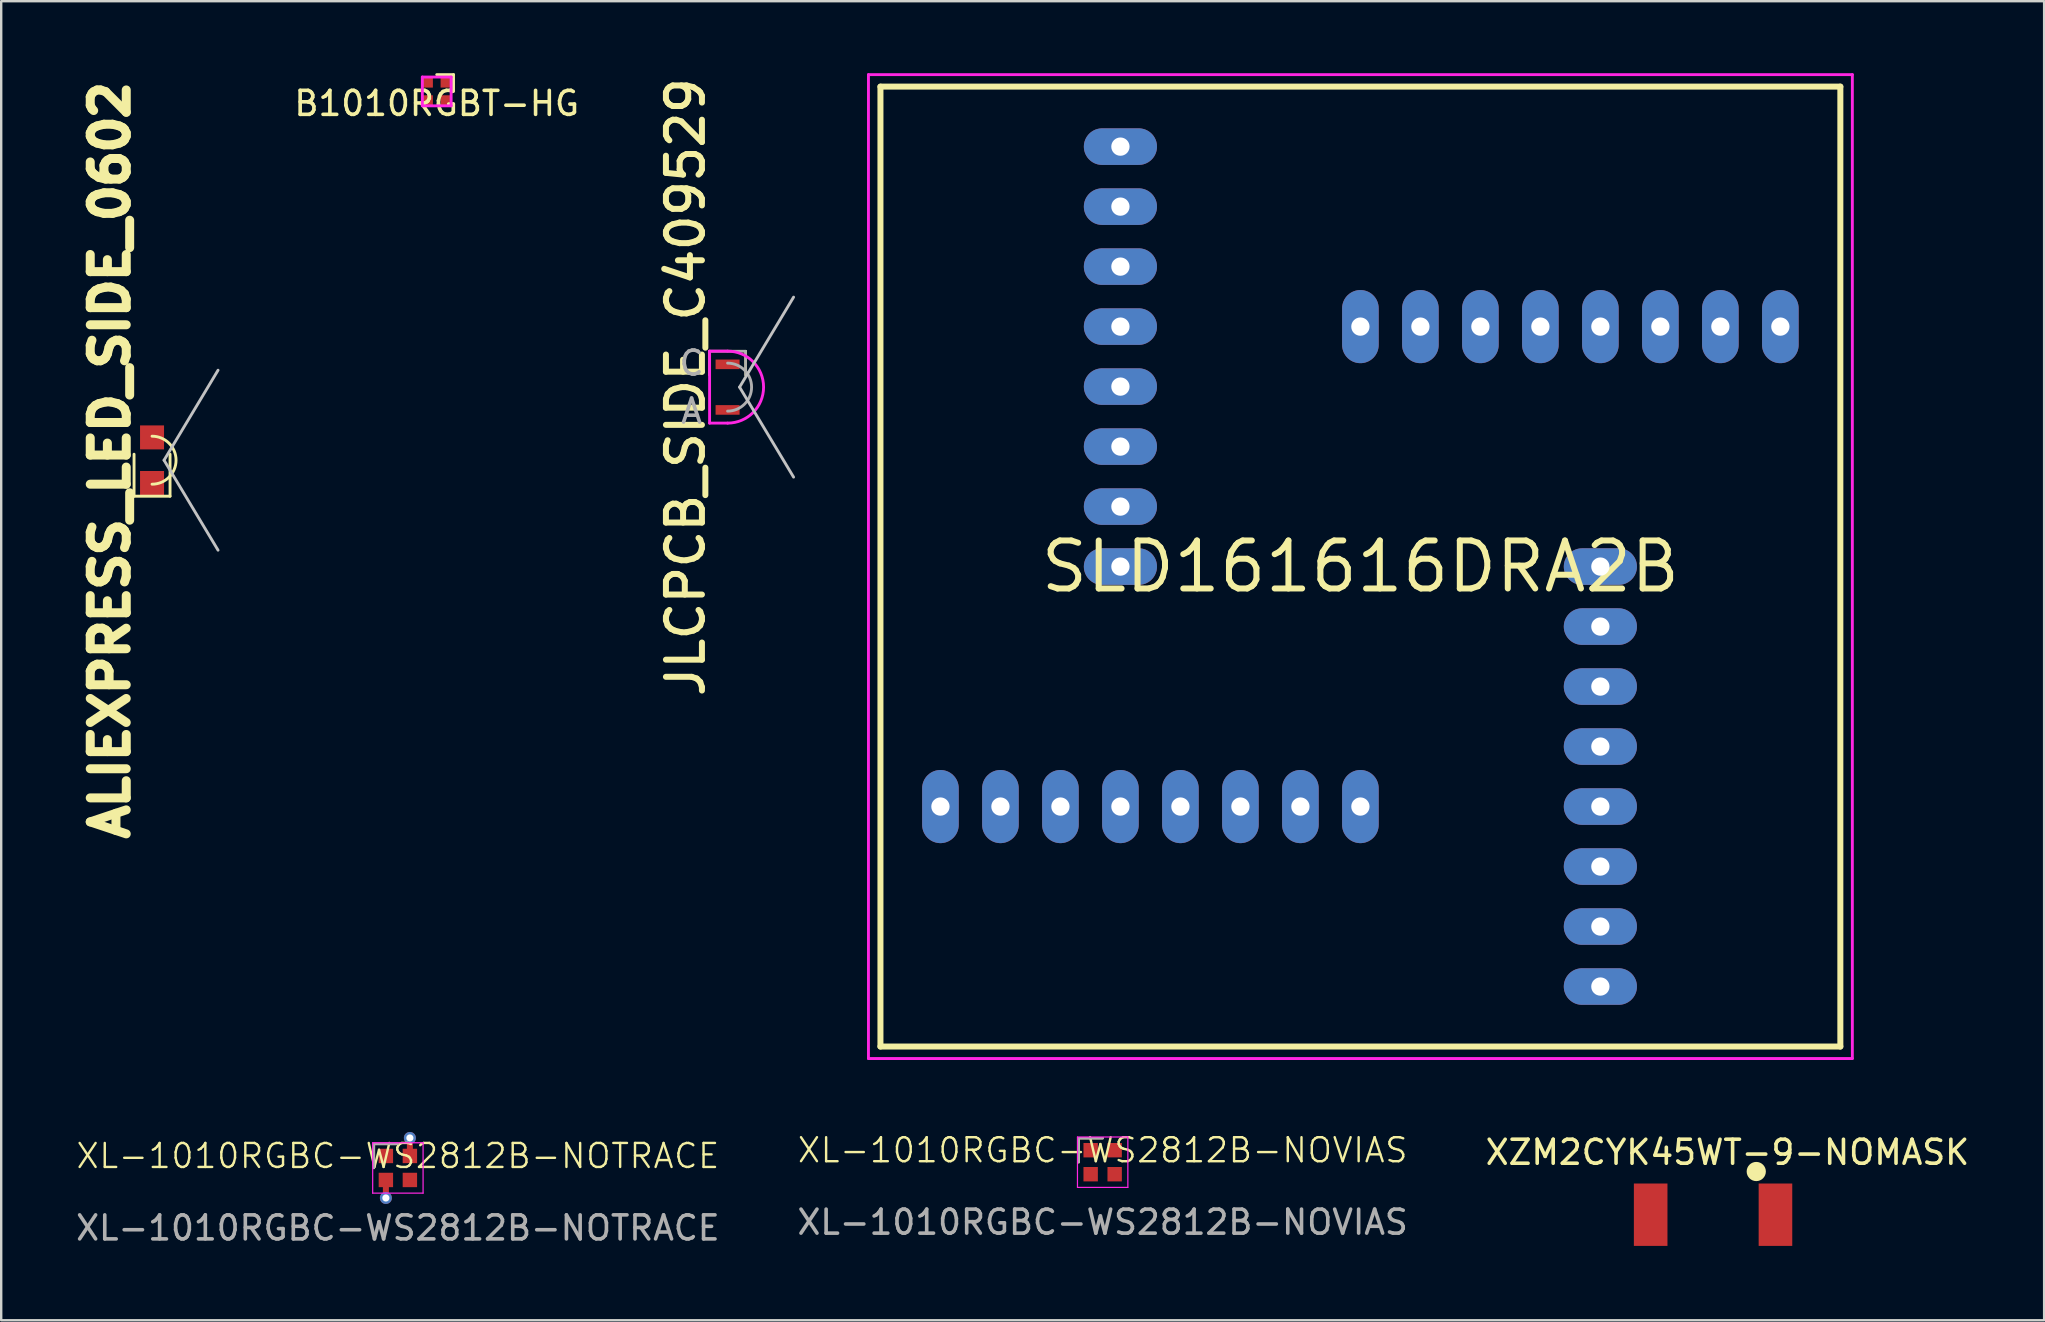
<source format=kicad_pcb>
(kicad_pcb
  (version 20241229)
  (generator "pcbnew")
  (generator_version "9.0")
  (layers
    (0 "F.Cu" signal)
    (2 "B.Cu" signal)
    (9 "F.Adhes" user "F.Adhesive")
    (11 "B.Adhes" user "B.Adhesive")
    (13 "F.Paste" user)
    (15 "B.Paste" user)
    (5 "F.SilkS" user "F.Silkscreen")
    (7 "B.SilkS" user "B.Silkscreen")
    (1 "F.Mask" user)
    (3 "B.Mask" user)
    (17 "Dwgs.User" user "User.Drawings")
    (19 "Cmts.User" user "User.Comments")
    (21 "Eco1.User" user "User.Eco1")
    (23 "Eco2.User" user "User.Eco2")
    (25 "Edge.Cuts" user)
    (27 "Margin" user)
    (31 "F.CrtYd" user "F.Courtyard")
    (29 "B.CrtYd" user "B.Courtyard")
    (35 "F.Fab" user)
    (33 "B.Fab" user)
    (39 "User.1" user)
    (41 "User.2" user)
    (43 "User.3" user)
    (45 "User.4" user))
  (footprint "B1010RGBT-HG"
    (layer "F.Cu")
    (at 15.149 0.76)
    (property "Reference" "B1010RGBT-HG" (at 0 0.5 0) (layer "F.SilkS") (effects (font (size 1 1) (thickness 0.15))))
    (attr smd)
    (fp_line (start 0.7 -0.7) (end 0 -0.7) (stroke (width 0.12) (type solid)) (layer "F.SilkS"))
    (fp_line (start 0.7 -0.7) (end 0.7 0) (stroke (width 0.12) (type solid)) (layer "F.SilkS"))
    (fp_line (start -0.6 -0.6) (end 0.6 -0.6) (stroke (width 0.12) (type solid)) (layer "F.CrtYd"))
    (fp_line (start -0.6 0.6) (end -0.6 -0.6) (stroke (width 0.12) (type solid)) (layer "F.CrtYd"))
    (fp_line (start 0.6 -0.6) (end 0.6 0.6) (stroke (width 0.12) (type solid)) (layer "F.CrtYd"))
    (fp_line (start 0.6 0.6) (end -0.6 0.6) (stroke (width 0.12) (type solid)) (layer "F.CrtYd"))
    (pad "1" smd rect (at 0.385 -0.385) (size 0.45 0.45) (layers "F.Cu" "F.Mask" "F.Paste"))
    (pad "2" smd rect (at 0.385 0.385) (size 0.45 0.45) (layers "F.Cu" "F.Mask" "F.Paste"))
    (pad "3" smd rect (at -0.385 0.385) (size 0.45 0.45) (layers "F.Cu" "F.Mask" "F.Paste"))
    (pad "4" smd rect (at -0.385 -0.385) (size 0.45 0.45) (layers "F.Cu" "F.Mask" "F.Paste")))
  (footprint "XL-1010RGBC-WS2812B-NOVIAS"
    (layer "F.Cu")
    (at 42.899 45.38)
    (property "Reference" "XL-1010RGBC-WS2812B-NOVIAS" (at 0 -0.5 0) (unlocked yes) (layer "F.SilkS") (effects (font (size 1 1) (thickness 0.1))))
    (attr smd)
    (fp_line (start -1 -1) (end -1 0) (stroke (width 0.1) (type default)) (layer "F.SilkS"))
    (fp_line (start 0 -1) (end -1 -1) (stroke (width 0.1) (type default)) (layer "F.SilkS"))
    (fp_line (start -1.05 -1.05) (end -1.05 1.05) (stroke (width 0.05) (type default)) (layer "F.CrtYd"))
    (fp_line (start -1.05 -1.05) (end 1.05 -1.05) (stroke (width 0.05) (type default)) (layer "F.CrtYd"))
    (fp_line (start -1.05 1.05) (end 1.05 1.05) (stroke (width 0.05) (type default)) (layer "F.CrtYd"))
    (fp_line (start 1.05 1.05) (end 1.05 -1.05) (stroke (width 0.05) (type default)) (layer "F.CrtYd"))
    (fp_line (start -1 -1) (end -1 0) (stroke (width 0.1) (type default)) (layer "F.Fab"))
    (fp_line (start 0 -1) (end -1 -1) (stroke (width 0.1) (type default)) (layer "F.Fab"))
    (fp_text user "${REFERENCE}" (at 0 2.5 0) (unlocked yes) (layer "F.Fab") (effects (font (size 1 1) (thickness 0.15))))
    (pad "1" smd rect (at -0.5 -0.5) (size 0.6 0.6) (layers "F.Cu" "F.Mask" "F.Paste"))
    (pad "2" smd rect (at 0.5 -0.5) (size 0.6 0.6) (layers "F.Cu" "F.Mask" "F.Paste"))
    (pad "3" smd rect (at -0.5 0.5) (size 0.6 0.6) (layers "F.Cu" "F.Mask" "F.Paste"))
    (pad "4" smd rect (at 0.5 0.5) (size 0.6 0.6) (layers "F.Cu" "F.Mask" "F.Paste")))
  (footprint "XZM2CYK45WT-9-NOMASK"
    (layer "F.Cu")
    (at 68.335 47.568)
    (property "Reference" "XZM2CYK45WT-9-NOMASK" (at 0.6 -2.6 0) (layer "F.SilkS") (effects (font (size 1 1) (thickness 0.15))))
    (attr through_hole)
    (fp_circle (center 1.8 -1.8) (end 2 -1.8) (stroke (width 0.4) (type solid)) (fill no) (layer "F.SilkS"))
    (pad "1" smd rect (at -2.6 0 90) (size 2.6 1.4) (layers "F.Cu" "F.Mask" "F.Paste"))
    (pad "2" smd rect (at 2.6 0 90) (size 2.6 1.4) (layers "F.Cu" "F.Mask" "F.Paste")))
  (footprint "XL-1010RGBC-WS2812B-NOTRACE"
    (layer "F.Cu")
    (at 13.53 45.62)
    (property "Reference" "XL-1010RGBC-WS2812B-NOTRACE" (at 0 -0.5 0) (unlocked yes) (layer "F.SilkS") (effects (font (size 1 1) (thickness 0.1))))
    (attr smd)
    (fp_line (start -1 -1) (end -1 0) (stroke (width 0.1) (type default)) (layer "F.SilkS"))
    (fp_line (start 0 -1) (end -1 -1) (stroke (width 0.1) (type default)) (layer "F.SilkS"))
    (fp_line (start -1.05 -1.05) (end -1.05 1.05) (stroke (width 0.05) (type default)) (layer "F.CrtYd"))
    (fp_line (start -1.05 -1.05) (end 1.05 -1.05) (stroke (width 0.05) (type default)) (layer "F.CrtYd"))
    (fp_line (start -1.05 1.05) (end 1.05 1.05) (stroke (width 0.05) (type default)) (layer "F.CrtYd"))
    (fp_line (start 1.05 1.05) (end 1.05 -1.05) (stroke (width 0.05) (type default)) (layer "F.CrtYd"))
    (fp_line (start -1 -1) (end -1 0) (stroke (width 0.1) (type default)) (layer "F.Fab"))
    (fp_line (start 0 -1) (end -1 -1) (stroke (width 0.1) (type default)) (layer "F.Fab"))
    (fp_text user "${REFERENCE}" (at 0 2.5 0) (unlocked yes) (layer "F.Fab") (effects (font (size 1 1) (thickness 0.15))))
    (pad "1" smd rect (at -0.5 -0.5) (size 0.6 0.6) (layers "F.Cu" "F.Mask" "F.Paste"))
    (pad "2" thru_hole circle (at 0.5 -1.25) (size 0.5 0.5) (drill 0.3) (layers "*.Cu" "*.Mask"))
    (pad "2" smd rect (at 0.5 -0.8) (size 0.25 1) (layers "F.Cu"))
    (pad "2" smd rect (at 0.5 -0.5) (size 0.6 0.6) (layers "F.Cu" "F.Mask" "F.Paste"))
    (pad "3" smd rect (at -0.5 0.5) (size 0.6 0.6) (layers "F.Cu" "F.Mask" "F.Paste"))
    (pad "3" smd rect (at -0.5 0.8) (size 0.25 1) (layers "F.Cu"))
    (pad "3" thru_hole circle (at -0.5 1.25) (size 0.5 0.5) (drill 0.3) (layers "*.Cu" "*.Mask"))
    (pad "4" smd rect (at 0.5 0.5) (size 0.6 0.6) (layers "F.Cu" "F.Mask" "F.Paste")))
  (footprint "SLD161616DRA2B"
    (layer "F.Cu")
    (at 53.639 20.56)
    (property "Reference" "SLD161616DRA2B" (at 0 0 0) (layer "F.SilkS") (effects (font (size 2 2) (thickness 0.25))))
    (attr through_hole)
    (fp_line (start -20 -20) (end -20 20) (stroke (width 0.25) (type solid)) (layer "F.SilkS"))
    (fp_line (start -20 20) (end 20 20) (stroke (width 0.25) (type solid)) (layer "F.SilkS"))
    (fp_line (start 20 -20) (end -20 -20) (stroke (width 0.25) (type solid)) (layer "F.SilkS"))
    (fp_line (start 20 20) (end 20 -20) (stroke (width 0.25) (type solid)) (layer "F.SilkS"))
    (fp_line (start -20.5 -20.5) (end -20.5 20.5) (stroke (width 0.12) (type solid)) (layer "F.CrtYd"))
    (fp_line (start -20.5 20.5) (end 20.5 20.5) (stroke (width 0.12) (type solid)) (layer "F.CrtYd"))
    (fp_line (start 20.5 -20.5) (end -20.5 -20.5) (stroke (width 0.12) (type solid)) (layer "F.CrtYd"))
    (fp_line (start 20.5 20.5) (end 20.5 -20.5) (stroke (width 0.12) (type solid)) (layer "F.CrtYd"))
    (pad "1" thru_hole oval (at -17.5 10 180) (size 1.524 3.048) (drill 0.762) (layers "*.Cu" "*.Mask"))
    (pad "2" thru_hole oval (at -15 10 180) (size 1.524 3.048) (drill 0.762) (layers "*.Cu" "*.Mask"))
    (pad "3" thru_hole oval (at -12.5 10 180) (size 1.524 3.048) (drill 0.762) (layers "*.Cu" "*.Mask"))
    (pad "4" thru_hole oval (at -10 10 180) (size 1.524 3.048) (drill 0.762) (layers "*.Cu" "*.Mask"))
    (pad "5" thru_hole oval (at -7.5 10 180) (size 1.524 3.048) (drill 0.762) (layers "*.Cu" "*.Mask"))
    (pad "6" thru_hole oval (at -5 10 180) (size 1.524 3.048) (drill 0.762) (layers "*.Cu" "*.Mask"))
    (pad "7" thru_hole oval (at -2.5 10 180) (size 1.524 3.048) (drill 0.762) (layers "*.Cu" "*.Mask"))
    (pad "8" thru_hole oval (at 0 10 180) (size 1.524 3.048) (drill 0.762) (layers "*.Cu" "*.Mask"))
    (pad "9" thru_hole oval (at 10 17.5 90) (size 1.524 3.048) (drill 0.762) (layers "*.Cu" "*.Mask"))
    (pad "10" thru_hole oval (at 10 15 90) (size 1.524 3.048) (drill 0.762) (layers "*.Cu" "*.Mask"))
    (pad "11" thru_hole oval (at 10 12.5 90) (size 1.524 3.048) (drill 0.762) (layers "*.Cu" "*.Mask"))
    (pad "12" thru_hole oval (at 10 10 90) (size 1.524 3.048) (drill 0.762) (layers "*.Cu" "*.Mask"))
    (pad "13" thru_hole oval (at 10 7.5 90) (size 1.524 3.048) (drill 0.762) (layers "*.Cu" "*.Mask"))
    (pad "14" thru_hole oval (at 10 5 90) (size 1.524 3.048) (drill 0.762) (layers "*.Cu" "*.Mask"))
    (pad "15" thru_hole oval (at 10 2.5 90) (size 1.524 3.048) (drill 0.762) (layers "*.Cu" "*.Mask"))
    (pad "16" thru_hole oval (at 10 0 90) (size 1.524 3.048) (drill 0.762) (layers "*.Cu" "*.Mask"))
    (pad "17" thru_hole oval (at 17.5 -10 180) (size 1.524 3.048) (drill 0.762) (layers "*.Cu" "*.Mask"))
    (pad "18" thru_hole oval (at 15 -10 180) (size 1.524 3.048) (drill 0.762) (layers "*.Cu" "*.Mask"))
    (pad "19" thru_hole oval (at 12.5 -10 180) (size 1.524 3.048) (drill 0.762) (layers "*.Cu" "*.Mask"))
    (pad "20" thru_hole oval (at 10 -10 180) (size 1.524 3.048) (drill 0.762) (layers "*.Cu" "*.Mask"))
    (pad "21" thru_hole oval (at 7.5 -10 180) (size 1.524 3.048) (drill 0.762) (layers "*.Cu" "*.Mask"))
    (pad "22" thru_hole oval (at 5 -10 180) (size 1.524 3.048) (drill 0.762) (layers "*.Cu" "*.Mask"))
    (pad "23" thru_hole oval (at 2.5 -10 180) (size 1.524 3.048) (drill 0.762) (layers "*.Cu" "*.Mask"))
    (pad "24" thru_hole oval (at 0 -10 180) (size 1.524 3.048) (drill 0.762) (layers "*.Cu" "*.Mask"))
    (pad "25" thru_hole oval (at -10 -17.5 90) (size 1.524 3.048) (drill 0.762) (layers "*.Cu" "*.Mask"))
    (pad "26" thru_hole oval (at -10 -15 90) (size 1.524 3.048) (drill 0.762) (layers "*.Cu" "*.Mask"))
    (pad "27" thru_hole oval (at -10 -12.5 90) (size 1.524 3.048) (drill 0.762) (layers "*.Cu" "*.Mask"))
    (pad "28" thru_hole oval (at -10 -10 90) (size 1.524 3.048) (drill 0.762) (layers "*.Cu" "*.Mask"))
    (pad "29" thru_hole oval (at -10 -7.5 90) (size 1.524 3.048) (drill 0.762) (layers "*.Cu" "*.Mask"))
    (pad "30" thru_hole oval (at -10 -5 90) (size 1.524 3.048) (drill 0.762) (layers "*.Cu" "*.Mask"))
    (pad "31" thru_hole oval (at -10 -2.5 90) (size 1.524 3.048) (drill 0.762) (layers "*.Cu" "*.Mask"))
    (pad "32" thru_hole oval (at -10 0 90) (size 1.524 3.048) (drill 0.762) (layers "*.Cu" "*.Mask")))
  (footprint "ALIEXPRESS_LED_SIDE_0602"
    (layer "F.Cu")
    (at 3.286 16.127)
    (property "Reference" "ALIEXPRESS_LED_SIDE_0602" (at -1.75 0 90) (layer "F.SilkS") (effects (font (size 1.5 1.5) (thickness 0.375))))
    (attr through_hole)
    (fp_line (start -0.75 1.5) (end -0.75 -0.25) (stroke (width 0.12) (type solid)) (layer "F.SilkS"))
    (fp_line (start -0.75 1.5) (end 0.75 1.5) (stroke (width 0.12) (type solid)) (layer "F.SilkS"))
    (fp_line (start 0.75 1.5) (end 0.75 -0.25) (stroke (width 0.12) (type solid)) (layer "F.SilkS"))
    (fp_arc (start 0 -1) (mid 1 0) (end 0 1) (stroke (width 0.12) (type solid)) (layer "F.SilkS"))
    (fp_line (start 2.75 -3.75) (end 0.5 0) (stroke (width 0.12) (type solid)) (layer "Dwgs.User"))
    (fp_line (start 2.75 3.75) (end 0.5 0) (stroke (width 0.12) (type solid)) (layer "Dwgs.User"))
    (fp_line (start -0.75 -1.5) (end -0.75 1.5) (stroke (width 0.12) (type solid)) (layer "Eco1.User"))
    (fp_line (start -0.75 1.5) (end 0 1.5) (stroke (width 0.12) (type solid)) (layer "Eco1.User"))
    (fp_line (start 0 -1.5) (end -0.75 -1.5) (stroke (width 0.12) (type solid)) (layer "Eco1.User"))
    (fp_arc (start 0 -1.5) (mid 1.5 0) (end 0 1.5) (stroke (width 0.12) (type solid)) (layer "Eco1.User"))
    (pad "1" smd rect (at 0 0.95) (size 1 1) (layers "F.Cu" "F.Mask" "F.Paste"))
    (pad "2" smd rect (at 0 -0.95) (size 1 1) (layers "F.Cu" "F.Mask" "F.Paste")))
  (footprint "JLCPCB_SIDE_C409529"
    (layer "F.Cu")
    (at 27.269 13.082)
    (property "Reference" "JLCPCB_SIDE_C409529" (at -1.75 0 90) (layer "F.SilkS") (effects (font (size 1.5 1.5) (thickness 0.25) (bold yes))))
    (attr through_hole)
    (fp_line (start -0.75 -1.5) (end 0.75 -1.5) (stroke (width 0.1) (type default)) (layer "F.SilkS"))
    (fp_line (start -0.75 -0.5) (end -0.75 -1.5) (stroke (width 0.1) (type default)) (layer "F.SilkS"))
    (fp_line (start 0.75 -1.5) (end 0.75 -0.5) (stroke (width 0.1) (type default)) (layer "F.SilkS"))
    (fp_line (start 2.75 -3.75) (end 0.5 0) (stroke (width 0.12) (type solid)) (layer "Dwgs.User"))
    (fp_line (start 2.75 3.75) (end 0.5 0) (stroke (width 0.12) (type solid)) (layer "Dwgs.User"))
    (fp_line (start -0.75 -1.5) (end -0.75 1.5) (stroke (width 0.12) (type solid)) (layer "F.CrtYd"))
    (fp_line (start -0.75 1.5) (end 0 1.5) (stroke (width 0.12) (type solid)) (layer "F.CrtYd"))
    (fp_line (start 0 -1.5) (end -0.75 -1.5) (stroke (width 0.12) (type solid)) (layer "F.CrtYd"))
    (fp_arc (start 0 -1.5) (mid 1.5 0) (end 0 1.5) (stroke (width 0.12) (type solid)) (layer "F.CrtYd"))
    (fp_line (start -0.75 -1.5) (end 0.75 -1.5) (stroke (width 0.1) (type default)) (layer "F.Fab"))
    (fp_line (start -0.75 -0.5) (end -0.75 -1.5) (stroke (width 0.1) (type default)) (layer "F.Fab"))
    (fp_line (start 0.75 -1.5) (end 0.75 -0.5) (stroke (width 0.1) (type default)) (layer "F.Fab"))
    (fp_arc (start 0 -1) (mid 1 0) (end 0 1) (stroke (width 0.12) (type solid)) (layer "F.Fab"))
    (fp_text user "A" (at -1.5 1 0) (unlocked yes) (layer "F.Fab") (effects (font (size 1 1) (thickness 0.15))))
    (fp_text user "C" (at -1.5 -1 0) (unlocked yes) (layer "F.Fab") (effects (font (size 1 1) (thickness 0.15))))
    (pad "1" smd rect (at 0 -0.95) (size 1 0.4) (layers "F.Cu" "F.Mask" "F.Paste"))
    (pad "2" smd rect (at 0 0.95) (size 1 0.4) (layers "F.Cu" "F.Mask" "F.Paste")))
  (gr_rect
    (start -3 -3)
    (end 82.131 51.968)
    (stroke (width 0.1) (type default))
    (fill no)
    (layer "Edge.Cuts")))
</source>
